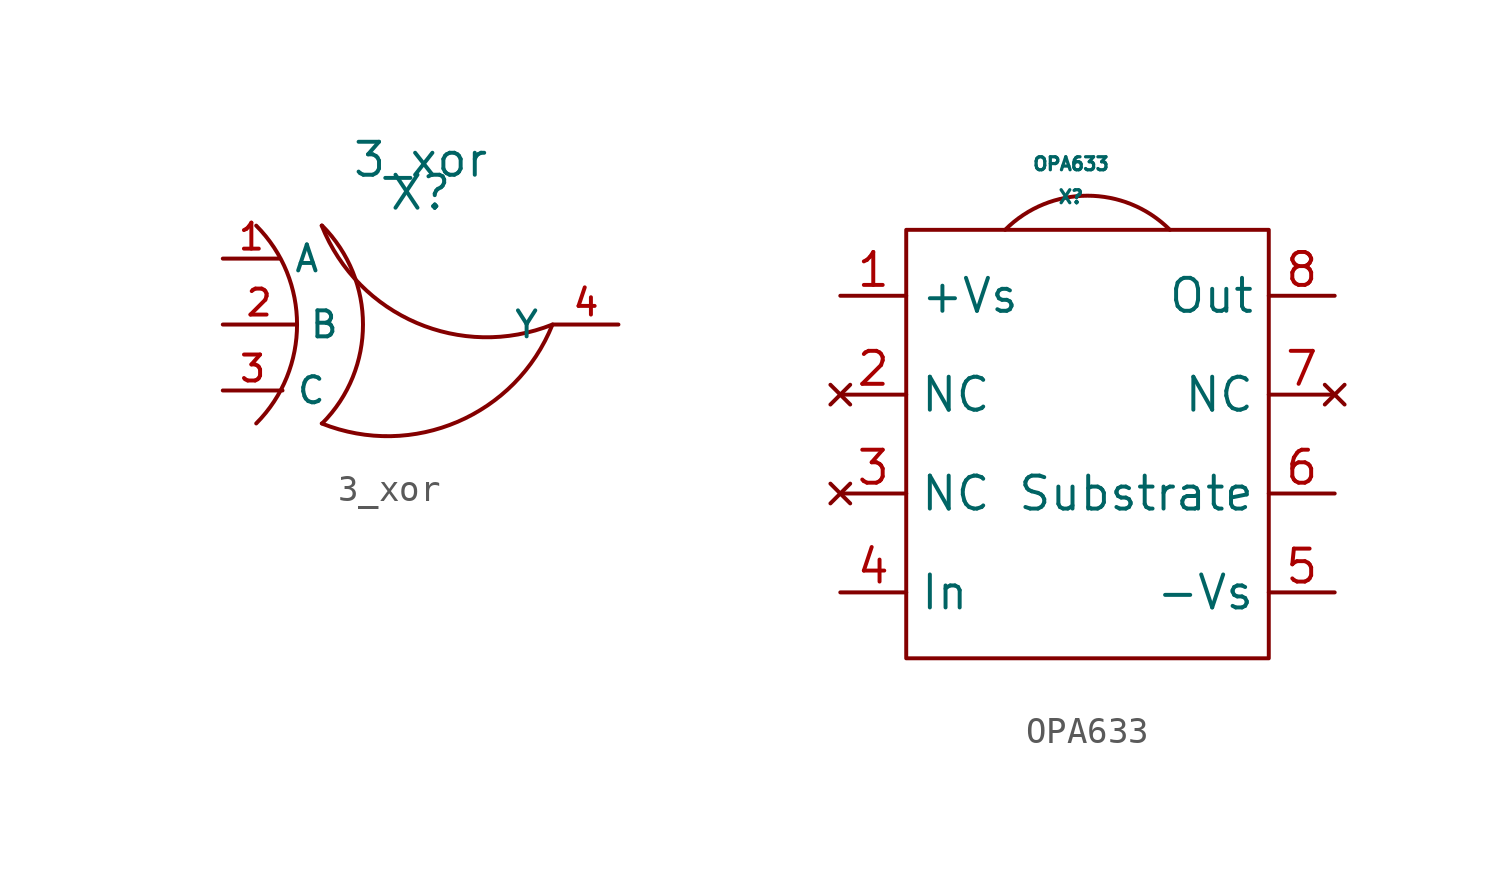
<source format=kicad_sym>
(kicad_symbol_lib
  (version 20211014)
  (generator kicad_symbol_editor)
  (symbol "3_xor"
    (property "Reference" "X"
      (at 2.54 -1.27 0)
      (effects (font (size 1.27 1.27))))
    (property "Value" "3_xor"
      (at 2.54 0 0)
      (effects (font (size 1.27 1.27))))
    (symbol "3_xor_0_0"
      (text "" (at -7.62 -2.54 0) (effects (font (size 1.27 1.27)))))
    (symbol "3_xor_0_1"
      (arc (start -3.7931 -10.16) (mid -2.2199 -6.35) (end -3.7931 -2.54) (stroke (width 0) (type default) (color 0 0 0 0)) (fill (type none)))
      (arc (start -1.27 -10.16) (mid 3.9641 -10.0962) (end 7.62 -6.35) (stroke (width 0) (type default) (color 0 0 0 0)) (fill (type none)))
      (arc (start -1.27 -2.54) (mid -1.27 -2.54) (end -1.27 -2.54) (stroke (width 0) (type default) (color 0 0 0 0)) (fill (type none)))
      (arc (start -1.27 -2.54) (mid -1.4241 -15.1764) (end 7.62 -6.35) (stroke (width 0) (type default) (color 0 0 0 0)) (fill (type none)))
      (arc (start -1.2531 -10.16) (mid 0.3201 -6.35) (end -1.2531 -2.54) (stroke (width 0) (type default) (color 0 0 0 0)) (fill (type none))))
    (symbol "3_xor_1_1"
      (pin input line (at -5.08 -3.81 0) (length 2.2) (name "A" (effects (font (size 1 1)))) (number "1" (effects (font (size 1 1)))))
      (pin input line (at -5.08 -6.35 0) (length 2.8) (name "B" (effects (font (size 1 1)))) (number "2" (effects (font (size 1 1)))))
      (pin input line (at -5.08 -8.89 0) (length 2.3) (name "C" (effects (font (size 1 1)))) (number "3" (effects (font (size 1 1)))))
      (pin output line (at 10.16 -6.35 180) (length 2.5) (name "Y" (effects (font (size 1 1)))) (number "4" (effects (font (size 1 1)))))))
  (symbol "OPA633"
    (property "Reference" "X"
      (at 1.27 3.81 0)
      (effects (font (size 0.5 0.5))))
    (property "Value" "OPA633"
      (at 1.27 5.08 0)
      (effects (font (size 0.5 0.5))))
    (symbol "OPA633_0_1"
      (rectangle (start -5.08 2.54) (end 8.89 -13.97) (stroke (width 0) (type default) (color 0 0 0 0)) (fill (type none)))
      (arc (start 5.08 2.54) (mid 1.905 10.2051) (end -1.27 2.54) (stroke (width 0) (type default) (color 0 0 0 0)) (fill (type none))))
    (symbol "OPA633_1_1"
      (pin passive line (at -7.62 0 0) (length 2.54) (name "+Vs" (effects (font (size 1.27 1.27)))) (number "1" (effects (font (size 1.27 1.27)))))
      (pin no_connect line (at -7.62 -3.81 0) (length 2.54) (name "NC" (effects (font (size 1.27 1.27)))) (number "2" (effects (font (size 1.27 1.27)))))
      (pin no_connect line (at -7.62 -7.62 0) (length 2.54) (name "NC" (effects (font (size 1.27 1.27)))) (number "3" (effects (font (size 1.27 1.27)))))
      (pin input line (at -7.62 -11.43 0) (length 2.54) (name "In" (effects (font (size 1.27 1.27)))) (number "4" (effects (font (size 1.27 1.27)))))
      (pin passive line (at 11.43 -11.43 180) (length 2.54) (name "-Vs" (effects (font (size 1.27 1.27)))) (number "5" (effects (font (size 1.27 1.27)))))
      (pin passive line (at 11.43 -7.62 180) (length 2.54) (name "Substrate" (effects (font (size 1.27 1.27)))) (number "6" (effects (font (size 1.27 1.27)))))
      (pin no_connect line (at 11.43 -3.81 180) (length 2.54) (name "NC" (effects (font (size 1.27 1.27)))) (number "7" (effects (font (size 1.27 1.27)))))
      (pin output line (at 11.43 0 180) (length 2.54) (name "Out" (effects (font (size 1.27 1.27)))) (number "8" (effects (font (size 1.27 1.27))))))))
</source>
